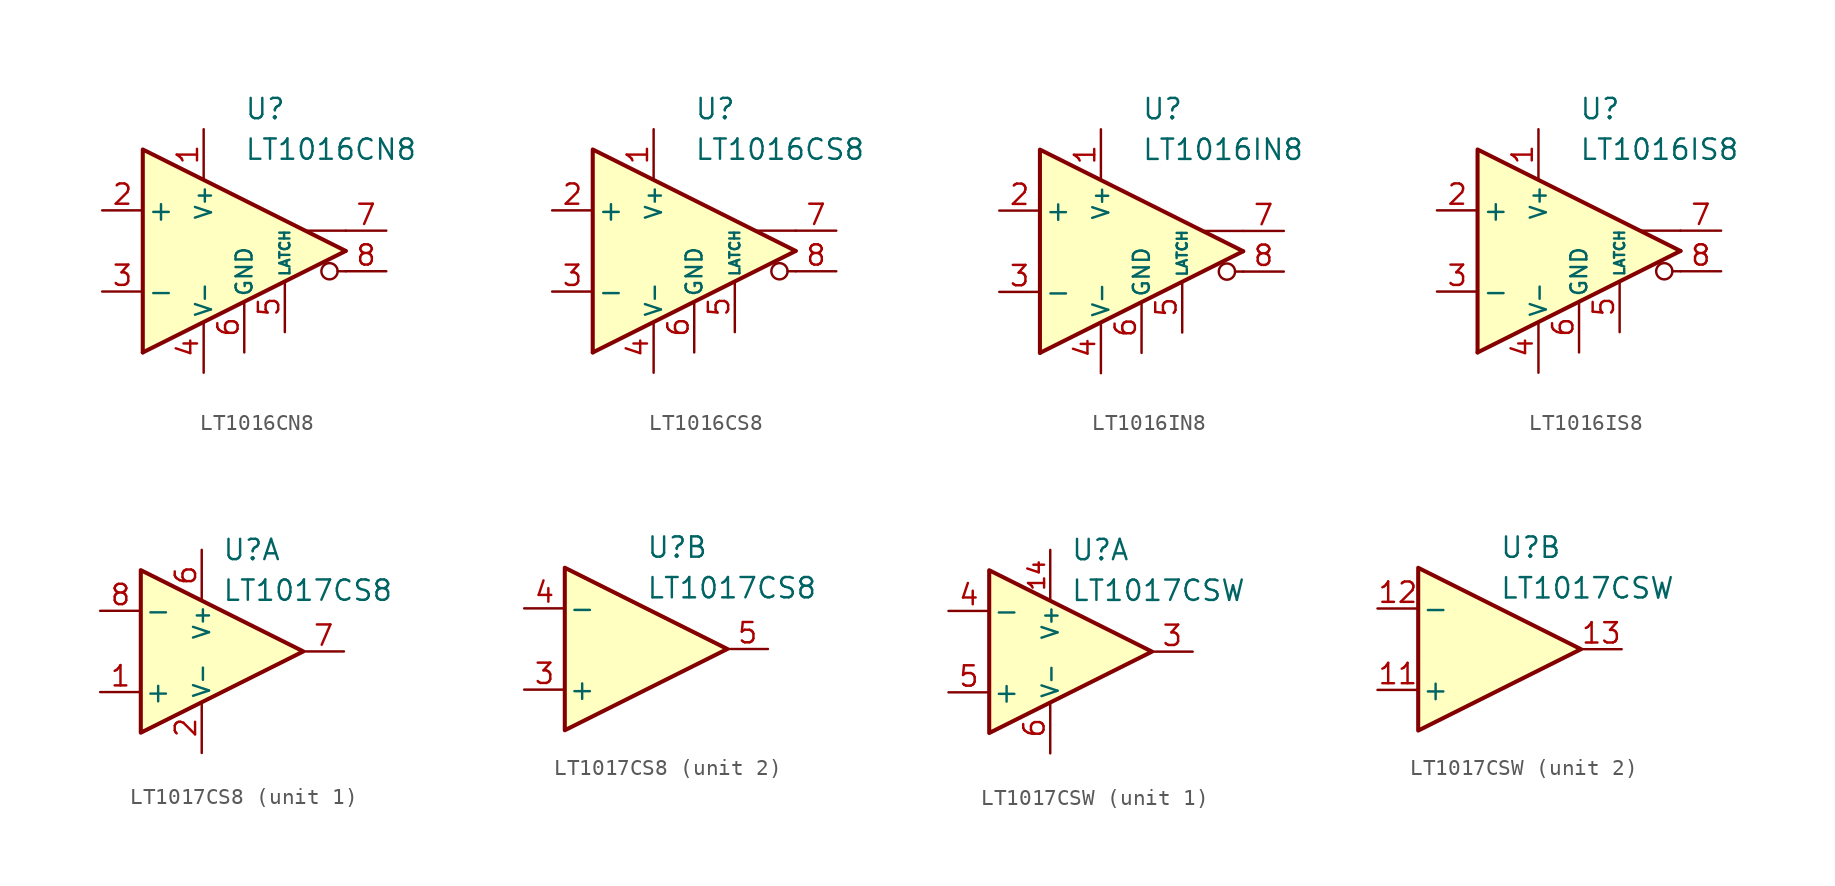
<source format=kicad_sym>
(kicad_symbol_lib
  (version 20231120)
  (generator "kicad_symbol_editor")
  (generator_version "8.0")
  (symbol "LT1016CN8"
    (pin_names
      (offset 0.254))
    (property "Reference" "U"
      (at 0 8.89 0)
      (effects (font (size 1.27 1.27)) (justify left)))
    (property "Value" "LT1016CN8"
      (at 0 6.35 0)
      (effects (font (size 1.27 1.27)) (justify left)))
    (symbol "LT1016CN8_0_0"
      (polyline (pts (xy 6.35 -1.27) (xy 5.842 -1.27)) (stroke (width 0.152) (type default)) (fill (type none)))
      (polyline (pts (xy 6.35 0) (xy -6.35 -6.35)) (stroke (width 0.254) (type default)) (fill (type none)))
      (polyline (pts (xy 6.35 1.27) (xy 3.81 1.27)) (stroke (width 0.152) (type default)) (fill (type none)))
      (polyline (pts (xy 6.35 0) (xy -6.35 6.35) (xy -6.35 -6.35)) (stroke (width 0.254) (type default)) (fill (type background)))
      (circle (center 5.334 -1.27) (radius 0.508) (stroke (width 0.152) (type default)) (fill (type none))))
    (symbol "LT1016CN8_1_1"
      (pin power_in line (at -2.54 7.62 270) (length 3.18) (name "V+" (effects (font (size 1 1)))) (number "1" (effects (font (size 1.27 1.27)))))
      (pin input line (at -8.89 2.54 0) (length 2.54) (name "+" (effects (font (size 1.27 1.27)))) (number "2" (effects (font (size 1.27 1.27)))))
      (pin input line (at -8.89 -2.54 0) (length 2.54) (name "-" (effects (font (size 1.27 1.27)))) (number "3" (effects (font (size 1.27 1.27)))))
      (pin power_in line (at -2.54 -7.62 90) (length 3.18) (name "V-" (effects (font (size 1 1)))) (number "4" (effects (font (size 1.27 1.27)))))
      (pin input line (at 2.54 -5.08 90) (length 3.18) (name "LATCH" (effects (font (size 0.635 0.635)))) (number "5" (effects (font (size 1.27 1.27)))))
      (pin power_in line (at 0 -6.35 90) (length 3.18) (name "GND" (effects (font (size 1 1)))) (number "6" (effects (font (size 1.27 1.27)))))
      (pin output line (at 8.89 1.27 180) (length 2.54) (name "~" (effects (font (size 1.27 1.27)))) (number "7" (effects (font (size 1.27 1.27)))))
      (pin output line (at 8.89 -1.27 180) (length 2.54) (name "~" (effects (font (size 1.27 1.27)))) (number "8" (effects (font (size 1.27 1.27)))))))
  (symbol "LT1016CS8"
    (pin_names
      (offset 0.254))
    (property "Reference" "U"
      (at 0 8.89 0)
      (effects (font (size 1.27 1.27)) (justify left)))
    (property "Value" "LT1016CS8"
      (at 0 6.35 0)
      (effects (font (size 1.27 1.27)) (justify left)))
    (symbol "LT1016CS8_0_0"
      (polyline (pts (xy 6.35 -1.27) (xy 5.842 -1.27)) (stroke (width 0.152) (type default)) (fill (type none)))
      (polyline (pts (xy 6.35 0) (xy -6.35 -6.35)) (stroke (width 0.254) (type default)) (fill (type none)))
      (polyline (pts (xy 6.35 1.27) (xy 3.81 1.27)) (stroke (width 0.152) (type default)) (fill (type none)))
      (polyline (pts (xy 6.35 0) (xy -6.35 6.35) (xy -6.35 -6.35)) (stroke (width 0.254) (type default)) (fill (type background)))
      (circle (center 5.334 -1.27) (radius 0.508) (stroke (width 0.152) (type default)) (fill (type none))))
    (symbol "LT1016CS8_1_1"
      (pin power_in line (at -2.54 7.62 270) (length 3.18) (name "V+" (effects (font (size 1 1)))) (number "1" (effects (font (size 1.27 1.27)))))
      (pin input line (at -8.89 2.54 0) (length 2.54) (name "+" (effects (font (size 1.27 1.27)))) (number "2" (effects (font (size 1.27 1.27)))))
      (pin input line (at -8.89 -2.54 0) (length 2.54) (name "-" (effects (font (size 1.27 1.27)))) (number "3" (effects (font (size 1.27 1.27)))))
      (pin power_in line (at -2.54 -7.62 90) (length 3.18) (name "V-" (effects (font (size 1 1)))) (number "4" (effects (font (size 1.27 1.27)))))
      (pin input line (at 2.54 -5.08 90) (length 3.18) (name "LATCH" (effects (font (size 0.635 0.635)))) (number "5" (effects (font (size 1.27 1.27)))))
      (pin power_in line (at 0 -6.35 90) (length 3.18) (name "GND" (effects (font (size 1 1)))) (number "6" (effects (font (size 1.27 1.27)))))
      (pin output line (at 8.89 1.27 180) (length 2.54) (name "~" (effects (font (size 1.27 1.27)))) (number "7" (effects (font (size 1.27 1.27)))))
      (pin output line (at 8.89 -1.27 180) (length 2.54) (name "~" (effects (font (size 1.27 1.27)))) (number "8" (effects (font (size 1.27 1.27)))))))
  (symbol "LT1016IN8"
    (pin_names
      (offset 0.254))
    (property "Reference" "U"
      (at 0 8.89 0)
      (effects (font (size 1.27 1.27)) (justify left)))
    (property "Value" "LT1016IN8"
      (at 0 6.35 0)
      (effects (font (size 1.27 1.27)) (justify left)))
    (symbol "LT1016IN8_0_0"
      (polyline (pts (xy 6.35 -1.27) (xy 5.842 -1.27)) (stroke (width 0.152) (type default)) (fill (type none)))
      (polyline (pts (xy 6.35 0) (xy -6.35 -6.35)) (stroke (width 0.254) (type default)) (fill (type none)))
      (polyline (pts (xy 6.35 1.27) (xy 3.81 1.27)) (stroke (width 0.152) (type default)) (fill (type none)))
      (polyline (pts (xy 6.35 0) (xy -6.35 6.35) (xy -6.35 -6.35)) (stroke (width 0.254) (type default)) (fill (type background)))
      (circle (center 5.334 -1.27) (radius 0.508) (stroke (width 0.152) (type default)) (fill (type none))))
    (symbol "LT1016IN8_1_1"
      (pin power_in line (at -2.54 7.62 270) (length 3.18) (name "V+" (effects (font (size 1 1)))) (number "1" (effects (font (size 1.27 1.27)))))
      (pin input line (at -8.89 2.54 0) (length 2.54) (name "+" (effects (font (size 1.27 1.27)))) (number "2" (effects (font (size 1.27 1.27)))))
      (pin input line (at -8.89 -2.54 0) (length 2.54) (name "-" (effects (font (size 1.27 1.27)))) (number "3" (effects (font (size 1.27 1.27)))))
      (pin power_in line (at -2.54 -7.62 90) (length 3.18) (name "V-" (effects (font (size 1 1)))) (number "4" (effects (font (size 1.27 1.27)))))
      (pin input line (at 2.54 -5.08 90) (length 3.18) (name "LATCH" (effects (font (size 0.635 0.635)))) (number "5" (effects (font (size 1.27 1.27)))))
      (pin power_in line (at 0 -6.35 90) (length 3.18) (name "GND" (effects (font (size 1 1)))) (number "6" (effects (font (size 1.27 1.27)))))
      (pin output line (at 8.89 1.27 180) (length 2.54) (name "~" (effects (font (size 1.27 1.27)))) (number "7" (effects (font (size 1.27 1.27)))))
      (pin output line (at 8.89 -1.27 180) (length 2.54) (name "~" (effects (font (size 1.27 1.27)))) (number "8" (effects (font (size 1.27 1.27)))))))
  (symbol "LT1016IS8"
    (pin_names
      (offset 0.254))
    (property "Reference" "U"
      (at 0 8.89 0)
      (effects (font (size 1.27 1.27)) (justify left)))
    (property "Value" "LT1016IS8"
      (at 0 6.35 0)
      (effects (font (size 1.27 1.27)) (justify left)))
    (symbol "LT1016IS8_0_0"
      (polyline (pts (xy 6.35 -1.27) (xy 5.842 -1.27)) (stroke (width 0.152) (type default)) (fill (type none)))
      (polyline (pts (xy 6.35 0) (xy -6.35 -6.35)) (stroke (width 0.254) (type default)) (fill (type none)))
      (polyline (pts (xy 6.35 1.27) (xy 3.81 1.27)) (stroke (width 0.152) (type default)) (fill (type none)))
      (polyline (pts (xy 6.35 0) (xy -6.35 6.35) (xy -6.35 -6.35)) (stroke (width 0.254) (type default)) (fill (type background)))
      (circle (center 5.334 -1.27) (radius 0.508) (stroke (width 0.152) (type default)) (fill (type none))))
    (symbol "LT1016IS8_1_1"
      (pin power_in line (at -2.54 7.62 270) (length 3.18) (name "V+" (effects (font (size 1 1)))) (number "1" (effects (font (size 1.27 1.27)))))
      (pin input line (at -8.89 2.54 0) (length 2.54) (name "+" (effects (font (size 1.27 1.27)))) (number "2" (effects (font (size 1.27 1.27)))))
      (pin input line (at -8.89 -2.54 0) (length 2.54) (name "-" (effects (font (size 1.27 1.27)))) (number "3" (effects (font (size 1.27 1.27)))))
      (pin power_in line (at -2.54 -7.62 90) (length 3.18) (name "V-" (effects (font (size 1 1)))) (number "4" (effects (font (size 1.27 1.27)))))
      (pin input line (at 2.54 -5.08 90) (length 3.18) (name "LATCH" (effects (font (size 0.635 0.635)))) (number "5" (effects (font (size 1.27 1.27)))))
      (pin power_in line (at 0 -6.35 90) (length 3.18) (name "GND" (effects (font (size 1 1)))) (number "6" (effects (font (size 1.27 1.27)))))
      (pin output line (at 8.89 1.27 180) (length 2.54) (name "~" (effects (font (size 1.27 1.27)))) (number "7" (effects (font (size 1.27 1.27)))))
      (pin output line (at 8.89 -1.27 180) (length 2.54) (name "~" (effects (font (size 1.27 1.27)))) (number "8" (effects (font (size 1.27 1.27)))))))
  (symbol "LT1017CS8"
    (pin_names
      (offset 0.2))
    (property "Reference" "U"
      (at 1.27 6.35 0)
      (effects (font (size 1.27 1.27)) (justify left)))
    (property "Value" "LT1017CS8"
      (at 1.27 3.81 0)
      (effects (font (size 1.27 1.27)) (justify left)))
    (property "ki_locked" ""
      (at 0 0 0)
      (effects (font (size 1.27 1.27))))
    (symbol "LT1017CS8_0_1"
      (polyline (pts (xy -3.81 5.08) (xy -3.81 -5.08) (xy 6.35 0) (xy -3.81 5.08)) (stroke (width 0.254) (type default)) (fill (type background))))
    (symbol "LT1017CS8_1_1"
      (pin input line (at -6.35 -2.54 0) (length 2.54) (name "+" (effects (font (size 1.27 1.27)))) (number "1" (effects (font (size 1.27 1.27)))))
      (pin power_in line (at 0 -6.35 90) (length 3.18) (name "V-" (effects (font (size 1 1)))) (number "2" (effects (font (size 1.27 1.27)))))
      (pin power_in line (at 0 6.35 270) (length 3.18) (name "V+" (effects (font (size 1 1)))) (number "6" (effects (font (size 1.27 1.27)))))
      (pin output line (at 8.89 0 180) (length 2.54) (name "~" (effects (font (size 1.27 1.27)))) (number "7" (effects (font (size 1.27 1.27)))))
      (pin input line (at -6.35 2.54 0) (length 2.54) (name "-" (effects (font (size 1.27 1.27)))) (number "8" (effects (font (size 1.27 1.27))))))
    (symbol "LT1017CS8_2_1"
      (pin input line (at -6.35 -2.54 0) (length 2.54) (name "+" (effects (font (size 1.27 1.27)))) (number "3" (effects (font (size 1.27 1.27)))))
      (pin input line (at -6.35 2.54 0) (length 2.54) (name "-" (effects (font (size 1.27 1.27)))) (number "4" (effects (font (size 1.27 1.27)))))
      (pin output line (at 8.89 0 180) (length 2.54) (name "~" (effects (font (size 1.27 1.27)))) (number "5" (effects (font (size 1.27 1.27)))))))
  (symbol "LT1017CSW"
    (pin_names
      (offset 0.2))
    (property "Reference" "U"
      (at 1.27 6.35 0)
      (effects (font (size 1.27 1.27)) (justify left)))
    (property "Value" "LT1017CSW"
      (at 1.27 3.81 0)
      (effects (font (size 1.27 1.27)) (justify left)))
    (property "ki_locked" ""
      (at 0 0 0)
      (effects (font (size 1.27 1.27))))
    (symbol "LT1017CSW_0_1"
      (polyline (pts (xy -3.81 5.08) (xy -3.81 -5.08) (xy 6.35 0) (xy -3.81 5.08)) (stroke (width 0.254) (type default)) (fill (type background))))
    (symbol "LT1017CSW_1_1"
      (pin free line (at -1.27 2.54 270) (length 2.54) hide (name "NC" (effects (font (size 1.27 1.27)))) (number "1" (effects (font (size 1.27 1.27)))))
      (pin power_in line (at 0 6.35 270) (length 3.18) (name "V+" (effects (font (size 1 1)))) (number "14" (effects (font (size 1 1)))))
      (pin free line (at -1.27 -2.54 90) (length 2.54) hide (name "NC" (effects (font (size 1.27 1.27)))) (number "2" (effects (font (size 1.27 1.27)))))
      (pin output line (at 8.89 0 180) (length 2.54) (name "~" (effects (font (size 1.27 1.27)))) (number "3" (effects (font (size 1.27 1.27)))))
      (pin input line (at -6.35 2.54 0) (length 2.54) (name "-" (effects (font (size 1.27 1.27)))) (number "4" (effects (font (size 1.27 1.27)))))
      (pin input line (at -6.35 -2.54 0) (length 2.54) (name "+" (effects (font (size 1.27 1.27)))) (number "5" (effects (font (size 1.27 1.27)))))
      (pin power_in line (at 0 -6.35 90) (length 3.18) (name "V-" (effects (font (size 1 1)))) (number "6" (effects (font (size 1.27 1.27)))))
      (pin free line (at 1.27 2.54 270) (length 2.54) hide (name "NC" (effects (font (size 1.27 1.27)))) (number "7" (effects (font (size 1.27 1.27)))))
      (pin free line (at 1.27 -2.54 90) (length 2.54) hide (name "NC" (effects (font (size 1.27 1.27)))) (number "8" (effects (font (size 1.27 1.27))))))
    (symbol "LT1017CSW_2_1"
      (pin free line (at -1.27 -2.54 90) (length 2.54) hide (name "NC" (effects (font (size 1.27 1.27)))) (number "10" (effects (font (size 1.27 1.27)))))
      (pin input line (at -6.35 -2.54 0) (length 2.54) (name "+" (effects (font (size 1.27 1.27)))) (number "11" (effects (font (size 1.27 1.27)))))
      (pin input line (at -6.35 2.54 0) (length 2.54) (name "-" (effects (font (size 1.27 1.27)))) (number "12" (effects (font (size 1.27 1.27)))))
      (pin output line (at 8.89 0 180) (length 2.54) (name "~" (effects (font (size 1.27 1.27)))) (number "13" (effects (font (size 1.27 1.27)))))
      (pin free line (at 1.27 2.54 270) (length 2.54) hide (name "NC" (effects (font (size 1.27 1.27)))) (number "15" (effects (font (size 1.27 1.27)))))
      (pin free line (at 1.27 -2.54 90) (length 2.54) hide (name "NC" (effects (font (size 1.27 1.27)))) (number "16" (effects (font (size 1.27 1.27)))))
      (pin free line (at -1.27 2.54 270) (length 2.54) hide (name "NC" (effects (font (size 1.27 1.27)))) (number "9" (effects (font (size 1.27 1.27))))))))
</source>
